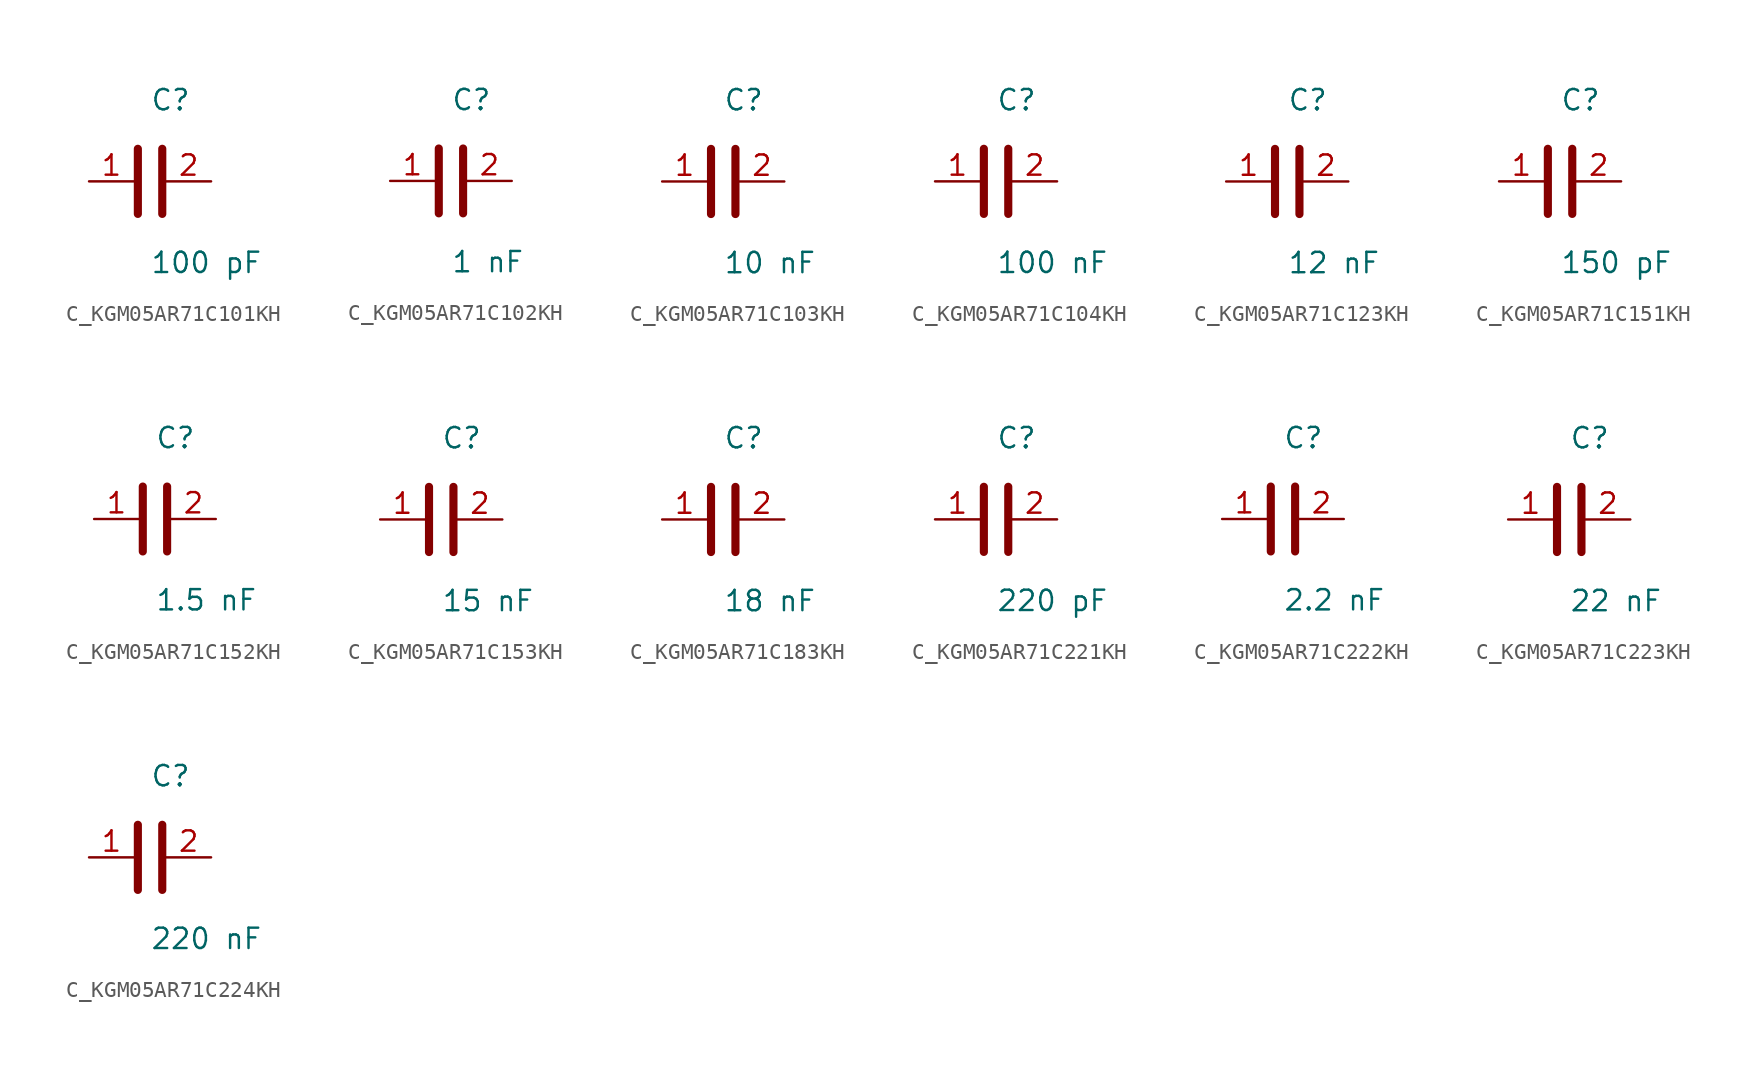
<source format=kicad_sym>
(kicad_symbol_lib
  (version 20231120)
  (generator kicad_symbol_editor)
  (generator_version 8.0)
  (symbol "C_KGM05AR71C101KH"
    (pin_names
      (offset 0.254))
    (property "Reference" "C"
      (at 0 5.08 0)
      (effects (font (size 1.27 1.27)) (justify left)))
    (property "Value" "100 pF"
      (at 0 -5.08 0)
      (effects (font (size 1.27 1.27)) (justify left)))
    (symbol "C_KGM05AR71C101KH_0_1"
      (polyline (pts (xy -0.762 -2.032) (xy -0.762 2.032)) (stroke (width 0.508) (type default)) (fill (type none)))
      (polyline (pts (xy 0.762 -2.032) (xy 0.762 2.032)) (stroke (width 0.508) (type default)) (fill (type none))))
    (pin unspecified line
      (at -3.81 0 0)
      (length 2.8)
      (name "" (effects (font (size 1.27 1.27))))
      (number "1" (effects (font (size 1.27 1.27)))))
    (pin unspecified line
      (at 3.81 0 180)
      (length 2.8)
      (name "" (effects (font (size 1.27 1.27))))
      (number "2" (effects (font (size 1.27 1.27))))))
  (symbol "C_KGM05AR71C102KH"
    (pin_names
      (offset 0.254))
    (property "Reference" "C"
      (at 0 5.08 0)
      (effects (font (size 1.27 1.27)) (justify left)))
    (property "Value" "1 nF"
      (at 0 -5.08 0)
      (effects (font (size 1.27 1.27)) (justify left)))
    (symbol "C_KGM05AR71C102KH_0_1"
      (polyline (pts (xy -0.762 -2.032) (xy -0.762 2.032)) (stroke (width 0.508) (type default)) (fill (type none)))
      (polyline (pts (xy 0.762 -2.032) (xy 0.762 2.032)) (stroke (width 0.508) (type default)) (fill (type none))))
    (pin unspecified line
      (at -3.81 0 0)
      (length 2.8)
      (name "" (effects (font (size 1.27 1.27))))
      (number "1" (effects (font (size 1.27 1.27)))))
    (pin unspecified line
      (at 3.81 0 180)
      (length 2.8)
      (name "" (effects (font (size 1.27 1.27))))
      (number "2" (effects (font (size 1.27 1.27))))))
  (symbol "C_KGM05AR71C103KH"
    (pin_names
      (offset 0.254))
    (property "Reference" "C"
      (at 0 5.08 0)
      (effects (font (size 1.27 1.27)) (justify left)))
    (property "Value" "10 nF"
      (at 0 -5.08 0)
      (effects (font (size 1.27 1.27)) (justify left)))
    (symbol "C_KGM05AR71C103KH_0_1"
      (polyline (pts (xy -0.762 -2.032) (xy -0.762 2.032)) (stroke (width 0.508) (type default)) (fill (type none)))
      (polyline (pts (xy 0.762 -2.032) (xy 0.762 2.032)) (stroke (width 0.508) (type default)) (fill (type none))))
    (pin unspecified line
      (at -3.81 0 0)
      (length 2.8)
      (name "" (effects (font (size 1.27 1.27))))
      (number "1" (effects (font (size 1.27 1.27)))))
    (pin unspecified line
      (at 3.81 0 180)
      (length 2.8)
      (name "" (effects (font (size 1.27 1.27))))
      (number "2" (effects (font (size 1.27 1.27))))))
  (symbol "C_KGM05AR71C104KH"
    (pin_names
      (offset 0.254))
    (property "Reference" "C"
      (at 0 5.08 0)
      (effects (font (size 1.27 1.27)) (justify left)))
    (property "Value" "100 nF"
      (at 0 -5.08 0)
      (effects (font (size 1.27 1.27)) (justify left)))
    (symbol "C_KGM05AR71C104KH_0_1"
      (polyline (pts (xy -0.762 -2.032) (xy -0.762 2.032)) (stroke (width 0.508) (type default)) (fill (type none)))
      (polyline (pts (xy 0.762 -2.032) (xy 0.762 2.032)) (stroke (width 0.508) (type default)) (fill (type none))))
    (pin unspecified line
      (at -3.81 0 0)
      (length 2.8)
      (name "" (effects (font (size 1.27 1.27))))
      (number "1" (effects (font (size 1.27 1.27)))))
    (pin unspecified line
      (at 3.81 0 180)
      (length 2.8)
      (name "" (effects (font (size 1.27 1.27))))
      (number "2" (effects (font (size 1.27 1.27))))))
  (symbol "C_KGM05AR71C123KH"
    (pin_names
      (offset 0.254))
    (property "Reference" "C"
      (at 0 5.08 0)
      (effects (font (size 1.27 1.27)) (justify left)))
    (property "Value" "12 nF"
      (at 0 -5.08 0)
      (effects (font (size 1.27 1.27)) (justify left)))
    (symbol "C_KGM05AR71C123KH_0_1"
      (polyline (pts (xy -0.762 -2.032) (xy -0.762 2.032)) (stroke (width 0.508) (type default)) (fill (type none)))
      (polyline (pts (xy 0.762 -2.032) (xy 0.762 2.032)) (stroke (width 0.508) (type default)) (fill (type none))))
    (pin unspecified line
      (at -3.81 0 0)
      (length 2.8)
      (name "" (effects (font (size 1.27 1.27))))
      (number "1" (effects (font (size 1.27 1.27)))))
    (pin unspecified line
      (at 3.81 0 180)
      (length 2.8)
      (name "" (effects (font (size 1.27 1.27))))
      (number "2" (effects (font (size 1.27 1.27))))))
  (symbol "C_KGM05AR71C151KH"
    (pin_names
      (offset 0.254))
    (property "Reference" "C"
      (at 0 5.08 0)
      (effects (font (size 1.27 1.27)) (justify left)))
    (property "Value" "150 pF"
      (at 0 -5.08 0)
      (effects (font (size 1.27 1.27)) (justify left)))
    (symbol "C_KGM05AR71C151KH_0_1"
      (polyline (pts (xy -0.762 -2.032) (xy -0.762 2.032)) (stroke (width 0.508) (type default)) (fill (type none)))
      (polyline (pts (xy 0.762 -2.032) (xy 0.762 2.032)) (stroke (width 0.508) (type default)) (fill (type none))))
    (pin unspecified line
      (at -3.81 0 0)
      (length 2.8)
      (name "" (effects (font (size 1.27 1.27))))
      (number "1" (effects (font (size 1.27 1.27)))))
    (pin unspecified line
      (at 3.81 0 180)
      (length 2.8)
      (name "" (effects (font (size 1.27 1.27))))
      (number "2" (effects (font (size 1.27 1.27))))))
  (symbol "C_KGM05AR71C152KH"
    (pin_names
      (offset 0.254))
    (property "Reference" "C"
      (at 0 5.08 0)
      (effects (font (size 1.27 1.27)) (justify left)))
    (property "Value" "1.5 nF"
      (at 0 -5.08 0)
      (effects (font (size 1.27 1.27)) (justify left)))
    (symbol "C_KGM05AR71C152KH_0_1"
      (polyline (pts (xy -0.762 -2.032) (xy -0.762 2.032)) (stroke (width 0.508) (type default)) (fill (type none)))
      (polyline (pts (xy 0.762 -2.032) (xy 0.762 2.032)) (stroke (width 0.508) (type default)) (fill (type none))))
    (pin unspecified line
      (at -3.81 0 0)
      (length 2.8)
      (name "" (effects (font (size 1.27 1.27))))
      (number "1" (effects (font (size 1.27 1.27)))))
    (pin unspecified line
      (at 3.81 0 180)
      (length 2.8)
      (name "" (effects (font (size 1.27 1.27))))
      (number "2" (effects (font (size 1.27 1.27))))))
  (symbol "C_KGM05AR71C153KH"
    (pin_names
      (offset 0.254))
    (property "Reference" "C"
      (at 0 5.08 0)
      (effects (font (size 1.27 1.27)) (justify left)))
    (property "Value" "15 nF"
      (at 0 -5.08 0)
      (effects (font (size 1.27 1.27)) (justify left)))
    (symbol "C_KGM05AR71C153KH_0_1"
      (polyline (pts (xy -0.762 -2.032) (xy -0.762 2.032)) (stroke (width 0.508) (type default)) (fill (type none)))
      (polyline (pts (xy 0.762 -2.032) (xy 0.762 2.032)) (stroke (width 0.508) (type default)) (fill (type none))))
    (pin unspecified line
      (at -3.81 0 0)
      (length 2.8)
      (name "" (effects (font (size 1.27 1.27))))
      (number "1" (effects (font (size 1.27 1.27)))))
    (pin unspecified line
      (at 3.81 0 180)
      (length 2.8)
      (name "" (effects (font (size 1.27 1.27))))
      (number "2" (effects (font (size 1.27 1.27))))))
  (symbol "C_KGM05AR71C183KH"
    (pin_names
      (offset 0.254))
    (property "Reference" "C"
      (at 0 5.08 0)
      (effects (font (size 1.27 1.27)) (justify left)))
    (property "Value" "18 nF"
      (at 0 -5.08 0)
      (effects (font (size 1.27 1.27)) (justify left)))
    (symbol "C_KGM05AR71C183KH_0_1"
      (polyline (pts (xy -0.762 -2.032) (xy -0.762 2.032)) (stroke (width 0.508) (type default)) (fill (type none)))
      (polyline (pts (xy 0.762 -2.032) (xy 0.762 2.032)) (stroke (width 0.508) (type default)) (fill (type none))))
    (pin unspecified line
      (at -3.81 0 0)
      (length 2.8)
      (name "" (effects (font (size 1.27 1.27))))
      (number "1" (effects (font (size 1.27 1.27)))))
    (pin unspecified line
      (at 3.81 0 180)
      (length 2.8)
      (name "" (effects (font (size 1.27 1.27))))
      (number "2" (effects (font (size 1.27 1.27))))))
  (symbol "C_KGM05AR71C221KH"
    (pin_names
      (offset 0.254))
    (property "Reference" "C"
      (at 0 5.08 0)
      (effects (font (size 1.27 1.27)) (justify left)))
    (property "Value" "220 pF"
      (at 0 -5.08 0)
      (effects (font (size 1.27 1.27)) (justify left)))
    (symbol "C_KGM05AR71C221KH_0_1"
      (polyline (pts (xy -0.762 -2.032) (xy -0.762 2.032)) (stroke (width 0.508) (type default)) (fill (type none)))
      (polyline (pts (xy 0.762 -2.032) (xy 0.762 2.032)) (stroke (width 0.508) (type default)) (fill (type none))))
    (pin unspecified line
      (at -3.81 0 0)
      (length 2.8)
      (name "" (effects (font (size 1.27 1.27))))
      (number "1" (effects (font (size 1.27 1.27)))))
    (pin unspecified line
      (at 3.81 0 180)
      (length 2.8)
      (name "" (effects (font (size 1.27 1.27))))
      (number "2" (effects (font (size 1.27 1.27))))))
  (symbol "C_KGM05AR71C222KH"
    (pin_names
      (offset 0.254))
    (property "Reference" "C"
      (at 0 5.08 0)
      (effects (font (size 1.27 1.27)) (justify left)))
    (property "Value" "2.2 nF"
      (at 0 -5.08 0)
      (effects (font (size 1.27 1.27)) (justify left)))
    (symbol "C_KGM05AR71C222KH_0_1"
      (polyline (pts (xy -0.762 -2.032) (xy -0.762 2.032)) (stroke (width 0.508) (type default)) (fill (type none)))
      (polyline (pts (xy 0.762 -2.032) (xy 0.762 2.032)) (stroke (width 0.508) (type default)) (fill (type none))))
    (pin unspecified line
      (at -3.81 0 0)
      (length 2.8)
      (name "" (effects (font (size 1.27 1.27))))
      (number "1" (effects (font (size 1.27 1.27)))))
    (pin unspecified line
      (at 3.81 0 180)
      (length 2.8)
      (name "" (effects (font (size 1.27 1.27))))
      (number "2" (effects (font (size 1.27 1.27))))))
  (symbol "C_KGM05AR71C223KH"
    (pin_names
      (offset 0.254))
    (property "Reference" "C"
      (at 0 5.08 0)
      (effects (font (size 1.27 1.27)) (justify left)))
    (property "Value" "22 nF"
      (at 0 -5.08 0)
      (effects (font (size 1.27 1.27)) (justify left)))
    (symbol "C_KGM05AR71C223KH_0_1"
      (polyline (pts (xy -0.762 -2.032) (xy -0.762 2.032)) (stroke (width 0.508) (type default)) (fill (type none)))
      (polyline (pts (xy 0.762 -2.032) (xy 0.762 2.032)) (stroke (width 0.508) (type default)) (fill (type none))))
    (pin unspecified line
      (at -3.81 0 0)
      (length 2.8)
      (name "" (effects (font (size 1.27 1.27))))
      (number "1" (effects (font (size 1.27 1.27)))))
    (pin unspecified line
      (at 3.81 0 180)
      (length 2.8)
      (name "" (effects (font (size 1.27 1.27))))
      (number "2" (effects (font (size 1.27 1.27))))))
  (symbol "C_KGM05AR71C224KH"
    (pin_names
      (offset 0.254))
    (property "Reference" "C"
      (at 0 5.08 0)
      (effects (font (size 1.27 1.27)) (justify left)))
    (property "Value" "220 nF"
      (at 0 -5.08 0)
      (effects (font (size 1.27 1.27)) (justify left)))
    (symbol "C_KGM05AR71C224KH_0_1"
      (polyline (pts (xy -0.762 -2.032) (xy -0.762 2.032)) (stroke (width 0.508) (type default)) (fill (type none)))
      (polyline (pts (xy 0.762 -2.032) (xy 0.762 2.032)) (stroke (width 0.508) (type default)) (fill (type none))))
    (pin unspecified line
      (at -3.81 0 0)
      (length 2.8)
      (name "" (effects (font (size 1.27 1.27))))
      (number "1" (effects (font (size 1.27 1.27)))))
    (pin unspecified line
      (at 3.81 0 180)
      (length 2.8)
      (name "" (effects (font (size 1.27 1.27))))
      (number "2" (effects (font (size 1.27 1.27)))))))
</source>
